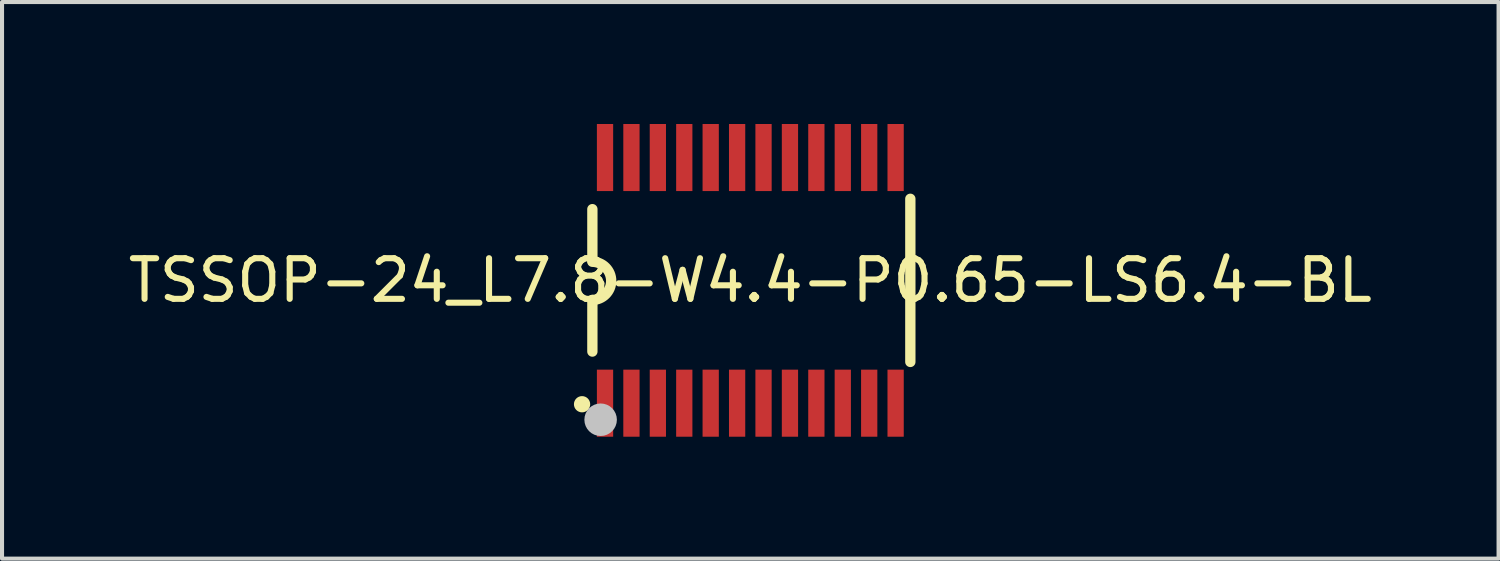
<source format=kicad_pcb>
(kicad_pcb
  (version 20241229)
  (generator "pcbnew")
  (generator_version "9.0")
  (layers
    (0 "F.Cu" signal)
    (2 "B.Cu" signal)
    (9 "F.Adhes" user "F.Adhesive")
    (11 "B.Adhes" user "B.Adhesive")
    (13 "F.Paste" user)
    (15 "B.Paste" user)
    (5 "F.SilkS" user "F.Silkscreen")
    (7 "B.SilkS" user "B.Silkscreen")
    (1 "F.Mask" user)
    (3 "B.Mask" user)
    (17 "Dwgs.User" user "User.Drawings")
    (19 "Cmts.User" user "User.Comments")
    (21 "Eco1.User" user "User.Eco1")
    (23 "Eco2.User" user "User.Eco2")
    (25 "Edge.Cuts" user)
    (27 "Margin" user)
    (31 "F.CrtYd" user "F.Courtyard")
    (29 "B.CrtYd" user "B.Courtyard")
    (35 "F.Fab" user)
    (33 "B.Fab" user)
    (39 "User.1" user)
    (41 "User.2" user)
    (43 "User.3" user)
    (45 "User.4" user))
  (footprint "TSSOP-24_L7.8-W4.4-P0.65-LS6.4-BL"
    (layer "F.Cu")
    (at 15.411 3.848)
    (property "Reference" "TSSOP-24_L7.8-W4.4-P0.65-LS6.4-BL" (at 0 0 0) (layer "F.SilkS") (effects (font (size 1 1) (thickness 0.15))))
    (fp_line (start -3.886 -0.482) (end -3.886 -1.752) (stroke (width 0.254) (type default)) (layer "F.SilkS"))
    (fp_line (start -3.886 1.752) (end -3.886 0.482) (stroke (width 0.254) (type default)) (layer "F.SilkS"))
    (fp_line (start 3.937 -2.007) (end 3.937 2.007) (stroke (width 0.254) (type default)) (layer "F.SilkS"))
    (fp_arc (start -3.886 -0.457) (mid -3.4165 0.0125) (end -3.886 0.4825) (stroke (width 0.254) (type default)) (layer "F.SilkS"))
    (fp_circle (center -4.14 3.048) (end -4.04 3.048) (stroke (width 0.2) (type default)) (fill no) (layer "F.SilkS"))
    (fp_circle (center -3.683 3.429) (end -3.483 3.429) (stroke (width 0.4) (type default)) (fill no) (layer "Dwgs.User"))
    (fp_poly (pts (xy -3.675 2.586) (xy -3.475 2.586) (xy -3.475 3.186) (xy -3.675 3.186)) (stroke (width 0.1) (type default)) (fill no) (layer "User.1"))
    (fp_poly (pts (xy -3.675 2.588) (xy -3.475 2.588) (xy -3.475 2.188) (xy -3.675 2.188)) (stroke (width 0.1) (type default)) (fill no) (layer "User.1"))
    (fp_poly (pts (xy -3.475 -2.588) (xy -3.675 -2.588) (xy -3.675 -2.188) (xy -3.475 -2.188)) (stroke (width 0.1) (type default)) (fill no) (layer "User.1"))
    (fp_poly (pts (xy -3.475 -2.586) (xy -3.675 -2.586) (xy -3.675 -3.186) (xy -3.475 -3.186)) (stroke (width 0.1) (type default)) (fill no) (layer "User.1"))
    (fp_poly (pts (xy -3.025 2.586) (xy -2.825 2.586) (xy -2.825 3.186) (xy -3.025 3.186)) (stroke (width 0.1) (type default)) (fill no) (layer "User.1"))
    (fp_poly (pts (xy -3.025 2.588) (xy -2.825 2.588) (xy -2.825 2.188) (xy -3.025 2.188)) (stroke (width 0.1) (type default)) (fill no) (layer "User.1"))
    (fp_poly (pts (xy -2.825 -2.588) (xy -3.025 -2.588) (xy -3.025 -2.188) (xy -2.825 -2.188)) (stroke (width 0.1) (type default)) (fill no) (layer "User.1"))
    (fp_poly (pts (xy -2.825 -2.586) (xy -3.025 -2.586) (xy -3.025 -3.186) (xy -2.825 -3.186)) (stroke (width 0.1) (type default)) (fill no) (layer "User.1"))
    (fp_poly (pts (xy -2.374 2.586) (xy -2.175 2.586) (xy -2.175 3.186) (xy -2.375 3.186)) (stroke (width 0.1) (type default)) (fill no) (layer "User.1"))
    (fp_poly (pts (xy -2.374 2.588) (xy -2.175 2.588) (xy -2.175 2.188) (xy -2.375 2.188)) (stroke (width 0.1) (type default)) (fill no) (layer "User.1"))
    (fp_poly (pts (xy -2.175 -2.588) (xy -2.375 -2.588) (xy -2.375 -2.188) (xy -2.175 -2.188)) (stroke (width 0.1) (type default)) (fill no) (layer "User.1"))
    (fp_poly (pts (xy -2.175 -2.586) (xy -2.375 -2.586) (xy -2.375 -3.186) (xy -2.175 -3.186)) (stroke (width 0.1) (type default)) (fill no) (layer "User.1"))
    (fp_poly (pts (xy -1.724 2.586) (xy -1.525 2.586) (xy -1.525 3.186) (xy -1.725 3.186)) (stroke (width 0.1) (type default)) (fill no) (layer "User.1"))
    (fp_poly (pts (xy -1.724 2.588) (xy -1.525 2.588) (xy -1.525 2.188) (xy -1.725 2.188)) (stroke (width 0.1) (type default)) (fill no) (layer "User.1"))
    (fp_poly (pts (xy -1.526 -2.588) (xy -1.725 -2.588) (xy -1.725 -2.188) (xy -1.525 -2.188)) (stroke (width 0.1) (type default)) (fill no) (layer "User.1"))
    (fp_poly (pts (xy -1.526 -2.586) (xy -1.725 -2.586) (xy -1.725 -3.186) (xy -1.525 -3.186)) (stroke (width 0.1) (type default)) (fill no) (layer "User.1"))
    (fp_poly (pts (xy -1.075 2.586) (xy -0.875 2.586) (xy -0.875 3.186) (xy -1.075 3.186)) (stroke (width 0.1) (type default)) (fill no) (layer "User.1"))
    (fp_poly (pts (xy -1.075 2.588) (xy -0.875 2.588) (xy -0.875 2.188) (xy -1.075 2.188)) (stroke (width 0.1) (type default)) (fill no) (layer "User.1"))
    (fp_poly (pts (xy -0.875 -2.588) (xy -1.075 -2.588) (xy -1.075 -2.188) (xy -0.875 -2.188)) (stroke (width 0.1) (type default)) (fill no) (layer "User.1"))
    (fp_poly (pts (xy -0.875 -2.586) (xy -1.075 -2.586) (xy -1.075 -3.186) (xy -0.875 -3.186)) (stroke (width 0.1) (type default)) (fill no) (layer "User.1"))
    (fp_poly (pts (xy -0.424 2.586) (xy -0.225 2.586) (xy -0.225 3.186) (xy -0.425 3.186)) (stroke (width 0.1) (type default)) (fill no) (layer "User.1"))
    (fp_poly (pts (xy -0.424 2.588) (xy -0.225 2.588) (xy -0.225 2.188) (xy -0.425 2.188)) (stroke (width 0.1) (type default)) (fill no) (layer "User.1"))
    (fp_poly (pts (xy -0.226 -2.588) (xy -0.425 -2.588) (xy -0.425 -2.188) (xy -0.225 -2.188)) (stroke (width 0.1) (type default)) (fill no) (layer "User.1"))
    (fp_poly (pts (xy -0.226 -2.586) (xy -0.425 -2.586) (xy -0.425 -3.186) (xy -0.225 -3.186)) (stroke (width 0.1) (type default)) (fill no) (layer "User.1"))
    (fp_poly (pts (xy 0.226 2.586) (xy 0.425 2.586) (xy 0.425 3.186) (xy 0.225 3.186)) (stroke (width 0.1) (type default)) (fill no) (layer "User.1"))
    (fp_poly (pts (xy 0.226 2.588) (xy 0.425 2.588) (xy 0.425 2.188) (xy 0.225 2.188)) (stroke (width 0.1) (type default)) (fill no) (layer "User.1"))
    (fp_poly (pts (xy 0.424 -2.588) (xy 0.225 -2.588) (xy 0.225 -2.188) (xy 0.425 -2.188)) (stroke (width 0.1) (type default)) (fill no) (layer "User.1"))
    (fp_poly (pts (xy 0.424 -2.586) (xy 0.225 -2.586) (xy 0.225 -3.186) (xy 0.425 -3.186)) (stroke (width 0.1) (type default)) (fill no) (layer "User.1"))
    (fp_poly (pts (xy 0.875 2.586) (xy 1.075 2.586) (xy 1.075 3.186) (xy 0.875 3.186)) (stroke (width 0.1) (type default)) (fill no) (layer "User.1"))
    (fp_poly (pts (xy 0.875 2.588) (xy 1.075 2.588) (xy 1.075 2.188) (xy 0.875 2.188)) (stroke (width 0.1) (type default)) (fill no) (layer "User.1"))
    (fp_poly (pts (xy 1.075 -2.588) (xy 0.875 -2.588) (xy 0.875 -2.188) (xy 1.075 -2.188)) (stroke (width 0.1) (type default)) (fill no) (layer "User.1"))
    (fp_poly (pts (xy 1.075 -2.586) (xy 0.875 -2.586) (xy 0.875 -3.186) (xy 1.075 -3.186)) (stroke (width 0.1) (type default)) (fill no) (layer "User.1"))
    (fp_poly (pts (xy 1.526 2.586) (xy 1.725 2.586) (xy 1.725 3.186) (xy 1.525 3.186)) (stroke (width 0.1) (type default)) (fill no) (layer "User.1"))
    (fp_poly (pts (xy 1.526 2.588) (xy 1.725 2.588) (xy 1.725 2.188) (xy 1.525 2.188)) (stroke (width 0.1) (type default)) (fill no) (layer "User.1"))
    (fp_poly (pts (xy 1.724 -2.588) (xy 1.525 -2.588) (xy 1.525 -2.188) (xy 1.725 -2.188)) (stroke (width 0.1) (type default)) (fill no) (layer "User.1"))
    (fp_poly (pts (xy 1.724 -2.586) (xy 1.525 -2.586) (xy 1.525 -3.186) (xy 1.725 -3.186)) (stroke (width 0.1) (type default)) (fill no) (layer "User.1"))
    (fp_poly (pts (xy 2.175 2.586) (xy 2.375 2.586) (xy 2.375 3.186) (xy 2.175 3.186)) (stroke (width 0.1) (type default)) (fill no) (layer "User.1"))
    (fp_poly (pts (xy 2.175 2.588) (xy 2.375 2.588) (xy 2.375 2.188) (xy 2.175 2.188)) (stroke (width 0.1) (type default)) (fill no) (layer "User.1"))
    (fp_poly (pts (xy 2.374 -2.588) (xy 2.175 -2.588) (xy 2.175 -2.188) (xy 2.375 -2.188)) (stroke (width 0.1) (type default)) (fill no) (layer "User.1"))
    (fp_poly (pts (xy 2.374 -2.586) (xy 2.175 -2.586) (xy 2.175 -3.186) (xy 2.375 -3.186)) (stroke (width 0.1) (type default)) (fill no) (layer "User.1"))
    (fp_poly (pts (xy 2.825 2.586) (xy 3.025 2.586) (xy 3.025 3.186) (xy 2.825 3.186)) (stroke (width 0.1) (type default)) (fill no) (layer "User.1"))
    (fp_poly (pts (xy 2.825 2.588) (xy 3.025 2.588) (xy 3.025 2.188) (xy 2.825 2.188)) (stroke (width 0.1) (type default)) (fill no) (layer "User.1"))
    (fp_poly (pts (xy 3.025 -2.588) (xy 2.825 -2.588) (xy 2.825 -2.188) (xy 3.025 -2.188)) (stroke (width 0.1) (type default)) (fill no) (layer "User.1"))
    (fp_poly (pts (xy 3.025 -2.586) (xy 2.825 -2.586) (xy 2.825 -3.186) (xy 3.025 -3.186)) (stroke (width 0.1) (type default)) (fill no) (layer "User.1"))
    (fp_poly (pts (xy 3.475 2.586) (xy 3.675 2.586) (xy 3.675 3.186) (xy 3.475 3.186)) (stroke (width 0.1) (type default)) (fill no) (layer "User.1"))
    (fp_poly (pts (xy 3.475 2.588) (xy 3.675 2.588) (xy 3.675 2.188) (xy 3.475 2.188)) (stroke (width 0.1) (type default)) (fill no) (layer "User.1"))
    (fp_poly (pts (xy 3.675 -2.588) (xy 3.475 -2.588) (xy 3.475 -2.188) (xy 3.675 -2.188)) (stroke (width 0.1) (type default)) (fill no) (layer "User.1"))
    (fp_poly (pts (xy 3.675 -2.586) (xy 3.475 -2.586) (xy 3.475 -3.186) (xy 3.675 -3.186)) (stroke (width 0.1) (type default)) (fill no) (layer "User.1"))
    (fp_line (start -3.9 -2.2) (end 3.9 -2.2) (stroke (width 0.051) (type default)) (layer "User.2"))
    (fp_line (start -3.9 2.2) (end -3.9 -2.2) (stroke (width 0.051) (type default)) (layer "User.2"))
    (fp_line (start 3.9 -2.2) (end 3.9 2.2) (stroke (width 0.051) (type default)) (layer "User.2"))
    (fp_line (start 3.9 2.2) (end -3.9 2.2) (stroke (width 0.051) (type default)) (layer "User.2"))
    (fp_poly (pts (xy -3.84 3.186) (xy -3.858 3.144) (xy -3.9 3.126) (xy -3.942 3.144) (xy -3.96 3.186) (xy -3.942 3.228) (xy -3.9 3.246) (xy -3.858 3.228)) (stroke (width 0.1) (type default)) (fill no) (layer "User.3"))
    (pad "1" smd rect (at -3.575 3.022) (size 0.4 1.65) (layers "F.Cu" "F.Mask" "F.Paste"))
    (pad "2" smd rect (at -2.925 3.022) (size 0.4 1.65) (layers "F.Cu" "F.Mask" "F.Paste"))
    (pad "3" smd rect (at -2.275 3.022) (size 0.4 1.65) (layers "F.Cu" "F.Mask" "F.Paste"))
    (pad "4" smd rect (at -1.625 3.022) (size 0.4 1.65) (layers "F.Cu" "F.Mask" "F.Paste"))
    (pad "5" smd rect (at -0.975 3.022) (size 0.4 1.65) (layers "F.Cu" "F.Mask" "F.Paste"))
    (pad "6" smd rect (at -0.325 3.022) (size 0.4 1.65) (layers "F.Cu" "F.Mask" "F.Paste"))
    (pad "7" smd rect (at 0.325 3.022) (size 0.4 1.65) (layers "F.Cu" "F.Mask" "F.Paste"))
    (pad "8" smd rect (at 0.975 3.022) (size 0.4 1.65) (layers "F.Cu" "F.Mask" "F.Paste"))
    (pad "9" smd rect (at 1.625 3.022) (size 0.4 1.65) (layers "F.Cu" "F.Mask" "F.Paste"))
    (pad "10" smd rect (at 2.275 3.022) (size 0.4 1.65) (layers "F.Cu" "F.Mask" "F.Paste"))
    (pad "11" smd rect (at 2.925 3.022) (size 0.4 1.65) (layers "F.Cu" "F.Mask" "F.Paste"))
    (pad "12" smd rect (at 3.575 3.022) (size 0.4 1.65) (layers "F.Cu" "F.Mask" "F.Paste"))
    (pad "13" smd rect (at 3.575 -3.022) (size 0.4 1.65) (layers "F.Cu" "F.Mask" "F.Paste"))
    (pad "14" smd rect (at 2.925 -3.022) (size 0.4 1.65) (layers "F.Cu" "F.Mask" "F.Paste"))
    (pad "15" smd rect (at 2.275 -3.022) (size 0.4 1.65) (layers "F.Cu" "F.Mask" "F.Paste"))
    (pad "16" smd rect (at 1.625 -3.022) (size 0.4 1.65) (layers "F.Cu" "F.Mask" "F.Paste"))
    (pad "17" smd rect (at 0.975 -3.022) (size 0.4 1.65) (layers "F.Cu" "F.Mask" "F.Paste"))
    (pad "18" smd rect (at 0.325 -3.022) (size 0.4 1.65) (layers "F.Cu" "F.Mask" "F.Paste"))
    (pad "19" smd rect (at -0.325 -3.022) (size 0.4 1.65) (layers "F.Cu" "F.Mask" "F.Paste"))
    (pad "20" smd rect (at -0.975 -3.022) (size 0.4 1.65) (layers "F.Cu" "F.Mask" "F.Paste"))
    (pad "21" smd rect (at -1.625 -3.022) (size 0.4 1.65) (layers "F.Cu" "F.Mask" "F.Paste"))
    (pad "22" smd rect (at -2.275 -3.022) (size 0.4 1.65) (layers "F.Cu" "F.Mask" "F.Paste"))
    (pad "23" smd rect (at -2.925 -3.022) (size 0.4 1.65) (layers "F.Cu" "F.Mask" "F.Paste"))
    (pad "24" smd rect (at -3.575 -3.022) (size 0.4 1.65) (layers "F.Cu" "F.Mask" "F.Paste")))
  (gr_rect
    (start -3 -3)
    (end 33.821 10.695)
    (stroke (width 0.1) (type default))
    (fill no)
    (layer "Edge.Cuts")))
</source>
